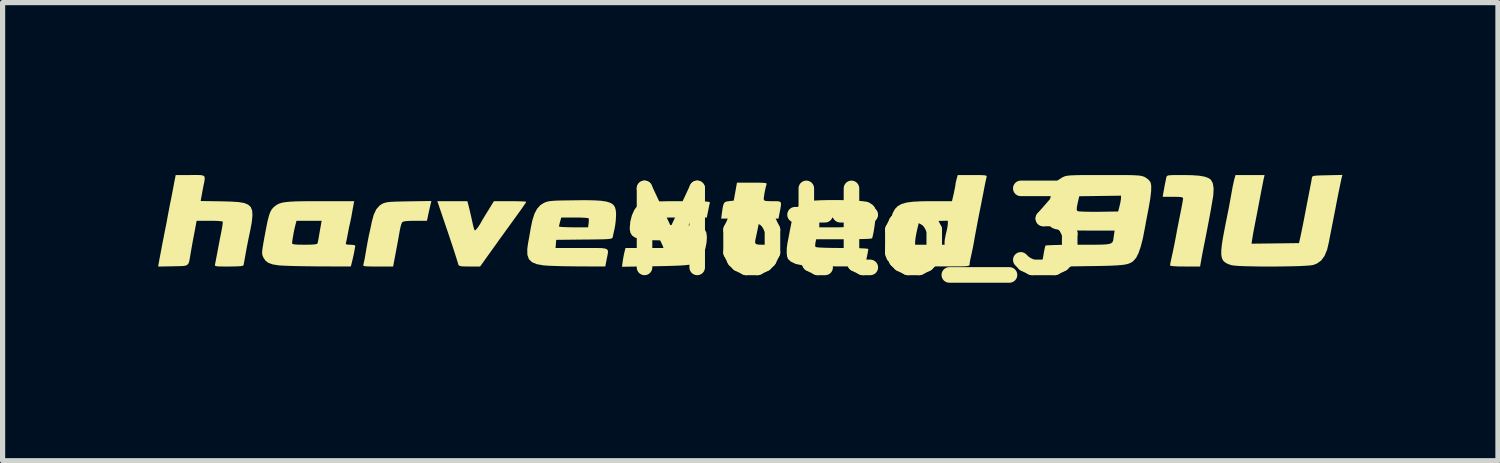
<source format=kicad_pcb>
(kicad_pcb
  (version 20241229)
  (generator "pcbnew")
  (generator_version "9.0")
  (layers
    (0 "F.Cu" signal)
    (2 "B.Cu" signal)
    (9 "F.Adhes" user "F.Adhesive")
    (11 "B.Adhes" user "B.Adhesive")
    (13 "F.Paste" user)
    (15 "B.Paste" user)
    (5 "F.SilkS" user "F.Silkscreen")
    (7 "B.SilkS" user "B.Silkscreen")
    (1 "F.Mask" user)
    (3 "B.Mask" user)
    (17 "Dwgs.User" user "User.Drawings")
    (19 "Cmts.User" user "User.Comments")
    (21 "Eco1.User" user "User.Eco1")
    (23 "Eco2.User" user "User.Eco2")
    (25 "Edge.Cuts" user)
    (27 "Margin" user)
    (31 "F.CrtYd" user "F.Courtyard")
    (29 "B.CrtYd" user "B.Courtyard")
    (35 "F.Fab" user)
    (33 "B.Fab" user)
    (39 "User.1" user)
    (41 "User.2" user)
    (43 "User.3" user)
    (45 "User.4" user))
  (footprint "Motto_3"
    (layer "F.Cu")
    (at 13.445 1.418)
    (property "Reference" "Motto_3" (at 0 0 0) (layer "F.SilkS") (effects (font (size 1.524 1.524) (thickness 0.3))))
    (attr board_only exclude_from_pos_files exclude_from_bom)
    (fp_poly (pts (xy -7.46 -0.509) (xy -7.446 -0.453) (xy -7.43 -0.386) (xy -7.41 -0.299) (xy -7.384 -0.183) (xy -7.373 -0.131) (xy -7.357 -0.07) (xy -7.343 -0.031) (xy -7.335 -0.022) (xy -7.314 -0.039) (xy -7.28 -0.08) (xy -7.243 -0.134) (xy -7.22 -0.174) (xy -7.199 -0.212) (xy -7.162 -0.274) (xy -7.114 -0.353) (xy -7.082 -0.404) (xy -6.969 -0.588) (xy -6.657 -0.588) (xy -6.548 -0.587) (xy -6.455 -0.585) (xy -6.387 -0.582) (xy -6.349 -0.578) (xy -6.345 -0.576) (xy -6.356 -0.555) (xy -6.389 -0.507) (xy -6.437 -0.437) (xy -6.498 -0.353) (xy -6.53 -0.308) (xy -6.688 -0.09) (xy -6.845 0.127) (xy -6.991 0.331) (xy -7.121 0.512) (xy -7.126 0.52) (xy -7.235 0.672) (xy -7.439 0.672) (xy -7.534 0.671) (xy -7.596 0.668) (xy -7.631 0.66) (xy -7.649 0.646) (xy -7.654 0.636) (xy -7.687 0.528) (xy -7.72 0.424) (xy -7.755 0.315) (xy -7.796 0.193) (xy -7.844 0.048) (xy -7.904 -0.128) (xy -7.905 -0.131) (xy -8.06 -0.588) (xy -7.481 -0.588)) (stroke (width 0) (type solid)) (fill yes) (layer "F.SilkS"))
    (fp_poly (pts (xy -8.192 -0.521) (xy -8.206 -0.461) (xy -8.224 -0.381) (xy -8.235 -0.331) (xy -8.26 -0.21) (xy -8.487 -0.21) (xy -8.598 -0.208) (xy -8.673 -0.203) (xy -8.718 -0.193) (xy -8.738 -0.181) (xy -8.755 -0.145) (xy -8.772 -0.083) (xy -8.783 -0.028) (xy -8.799 0.059) (xy -8.814 0.146) (xy -8.832 0.243) (xy -8.854 0.361) (xy -8.876 0.478) (xy -8.913 0.672) (xy -9.206 0.672) (xy -9.322 0.672) (xy -9.402 0.67) (xy -9.452 0.667) (xy -9.479 0.66) (xy -9.489 0.65) (xy -9.487 0.635) (xy -9.486 0.632) (xy -9.476 0.59) (xy -9.462 0.523) (xy -9.453 0.475) (xy -9.431 0.345) (xy -9.414 0.248) (xy -9.401 0.176) (xy -9.39 0.122) (xy -9.381 0.075) (xy -9.373 0.042) (xy -9.357 -0.032) (xy -9.337 -0.124) (xy -9.325 -0.185) (xy -9.287 -0.327) (xy -9.237 -0.432) (xy -9.172 -0.505) (xy -9.128 -0.534) (xy -9.096 -0.549) (xy -9.06 -0.56) (xy -9.015 -0.569) (xy -8.953 -0.575) (xy -8.869 -0.579) (xy -8.755 -0.582) (xy -8.61 -0.585) (xy -8.175 -0.591)) (stroke (width 0) (type solid)) (fill yes) (layer "F.SilkS"))
    (fp_poly (pts (xy 6.496 -1.089) (xy 6.634 -1.079) (xy 6.738 -1.061) (xy 6.813 -1.034) (xy 6.859 -1.002) (xy 6.895 -0.937) (xy 6.912 -0.84) (xy 6.907 -0.714) (xy 6.898 -0.652) (xy 6.858 -0.417) (xy 6.816 -0.191) (xy 6.77 0.047) (xy 6.748 0.158) (xy 6.726 0.269) (xy 6.703 0.385) (xy 6.684 0.487) (xy 6.678 0.52) (xy 6.651 0.672) (xy 6.361 0.672) (xy 6.232 0.671) (xy 6.14 0.666) (xy 6.086 0.659) (xy 6.072 0.65) (xy 6.076 0.62) (xy 6.088 0.561) (xy 6.104 0.488) (xy 6.134 0.35) (xy 6.161 0.218) (xy 6.189 0.069) (xy 6.196 0.032) (xy 6.209 -0.04) (xy 6.229 -0.14) (xy 6.251 -0.252) (xy 6.271 -0.352) (xy 6.291 -0.453) (xy 6.308 -0.541) (xy 6.319 -0.606) (xy 6.324 -0.64) (xy 6.324 -0.641) (xy 6.316 -0.656) (xy 6.289 -0.666) (xy 6.236 -0.671) (xy 6.149 -0.672) (xy 6.127 -0.672) (xy 5.93 -0.672) (xy 5.939 -0.73) (xy 5.951 -0.796) (xy 5.969 -0.894) (xy 5.993 -1.013) (xy 6 -1.045) (xy 6.005 -1.063) (xy 6.016 -1.076) (xy 6.04 -1.085) (xy 6.082 -1.089) (xy 6.15 -1.092) (xy 6.25 -1.092) (xy 6.321 -1.092)) (stroke (width 0) (type solid)) (fill yes) (layer "F.SilkS"))
    (fp_poly (pts (xy -1.873 -0.945) (xy -1.794 -0.943) (xy -1.743 -0.94) (xy -1.717 -0.933) (xy -1.709 -0.923) (xy -1.711 -0.909) (xy -1.726 -0.859) (xy -1.742 -0.786) (xy -1.756 -0.709) (xy -1.764 -0.646) (xy -1.765 -0.627) (xy -1.76 -0.608) (xy -1.742 -0.596) (xy -1.701 -0.59) (xy -1.63 -0.588) (xy -1.597 -0.588) (xy -1.513 -0.588) (xy -1.462 -0.582) (xy -1.436 -0.564) (xy -1.431 -0.524) (xy -1.441 -0.456) (xy -1.454 -0.388) (xy -1.48 -0.252) (xy -1.84 -0.252) (xy -1.867 -0.121) (xy -1.885 -0.034) (xy -1.903 0.052) (xy -1.913 0.099) (xy -1.928 0.168) (xy -1.931 0.212) (xy -1.916 0.237) (xy -1.877 0.249) (xy -1.807 0.252) (xy -1.732 0.252) (xy -1.531 0.252) (xy -1.545 0.352) (xy -1.56 0.437) (xy -1.579 0.529) (xy -1.586 0.557) (xy -1.612 0.662) (xy -1.841 0.665) (xy -1.953 0.664) (xy -2.068 0.661) (xy -2.167 0.655) (xy -2.21 0.651) (xy -2.339 0.625) (xy -2.432 0.581) (xy -2.492 0.515) (xy -2.52 0.425) (xy -2.519 0.307) (xy -2.502 0.204) (xy -2.486 0.129) (xy -2.469 0.041) (xy -2.461 0) (xy -2.446 -0.079) (xy -2.432 -0.153) (xy -2.426 -0.184) (xy -2.42 -0.227) (xy -2.43 -0.247) (xy -2.467 -0.252) (xy -2.499 -0.252) (xy -2.586 -0.252) (xy -2.571 -0.362) (xy -2.557 -0.459) (xy -2.543 -0.521) (xy -2.525 -0.558) (xy -2.497 -0.577) (xy -2.454 -0.586) (xy -2.436 -0.588) (xy -2.343 -0.599) (xy -2.281 -0.945) (xy -1.989 -0.945)) (stroke (width 0) (type solid)) (fill yes) (layer "F.SilkS"))
    (fp_poly (pts (xy -3.201 -0.588) (xy -3.06 -0.587) (xy -2.954 -0.584) (xy -2.88 -0.581) (xy -2.832 -0.576) (xy -2.808 -0.569) (xy -2.803 -0.562) (xy -2.811 -0.529) (xy -2.824 -0.468) (xy -2.837 -0.404) (xy -2.863 -0.273) (xy -3.322 -0.273) (xy -3.472 -0.273) (xy -3.585 -0.272) (xy -3.668 -0.27) (xy -3.725 -0.267) (xy -3.762 -0.261) (xy -3.784 -0.253) (xy -3.796 -0.241) (xy -3.804 -0.229) (xy -3.82 -0.194) (xy -3.822 -0.168) (xy -3.806 -0.149) (xy -3.767 -0.137) (xy -3.7 -0.13) (xy -3.6 -0.127) (xy -3.464 -0.126) (xy -3.451 -0.126) (xy -3.289 -0.124) (xy -3.162 -0.119) (xy -3.067 -0.109) (xy -2.996 -0.094) (xy -2.944 -0.073) (xy -2.905 -0.044) (xy -2.899 -0.037) (xy -2.871 0.02) (xy -2.861 0.103) (xy -2.867 0.203) (xy -2.887 0.31) (xy -2.918 0.412) (xy -2.96 0.499) (xy -3.007 0.56) (xy -3.039 0.585) (xy -3.075 0.606) (xy -3.122 0.622) (xy -3.182 0.635) (xy -3.262 0.645) (xy -3.365 0.653) (xy -3.496 0.658) (xy -3.661 0.663) (xy -3.862 0.667) (xy -4.499 0.677) (xy -4.485 0.575) (xy -4.472 0.494) (xy -4.456 0.415) (xy -4.451 0.394) (xy -4.431 0.315) (xy -3.429 0.315) (xy -3.416 0.262) (xy -3.41 0.214) (xy -3.415 0.188) (xy -3.439 0.181) (xy -3.499 0.175) (xy -3.586 0.171) (xy -3.693 0.168) (xy -3.742 0.168) (xy -3.922 0.165) (xy -4.064 0.156) (xy -4.172 0.139) (xy -4.251 0.112) (xy -4.304 0.074) (xy -4.335 0.024) (xy -4.348 -0.041) (xy -4.349 -0.073) (xy -4.338 -0.196) (xy -4.307 -0.316) (xy -4.261 -0.418) (xy -4.231 -0.461) (xy -4.198 -0.495) (xy -4.161 -0.523) (xy -4.113 -0.544) (xy -4.051 -0.561) (xy -3.97 -0.573) (xy -3.865 -0.581) (xy -3.732 -0.585) (xy -3.566 -0.588) (xy -3.379 -0.588)) (stroke (width 0) (type solid)) (fill yes) (layer "F.SilkS"))
    (fp_poly (pts (xy -9.673 -0.541) (xy -9.681 -0.496) (xy -9.694 -0.426) (xy -9.706 -0.357) (xy -9.721 -0.273) (xy -9.738 -0.193) (xy -9.748 -0.147) (xy -9.762 -0.086) (xy -9.778 -0.004) (xy -9.79 0.059) (xy -9.804 0.133) (xy -9.817 0.193) (xy -9.825 0.222) (xy -9.823 0.241) (xy -9.793 0.25) (xy -9.74 0.252) (xy -9.683 0.256) (xy -9.648 0.265) (xy -9.643 0.272) (xy -9.648 0.305) (xy -9.659 0.367) (xy -9.674 0.444) (xy -9.692 0.524) (xy -9.708 0.592) (xy -9.709 0.594) (xy -9.729 0.672) (xy -10.353 0.67) (xy -10.519 0.668) (xy -10.678 0.666) (xy -10.823 0.663) (xy -10.949 0.659) (xy -11.046 0.655) (xy -11.11 0.651) (xy -11.118 0.65) (xy -11.233 0.632) (xy -11.315 0.604) (xy -11.372 0.563) (xy -11.412 0.505) (xy -11.414 0.501) (xy -11.426 0.474) (xy -11.435 0.448) (xy -11.439 0.417) (xy -11.438 0.376) (xy -11.431 0.318) (xy -11.418 0.238) (xy -11.416 0.226) (xy -10.862 0.226) (xy -10.85 0.238) (xy -10.811 0.246) (xy -10.74 0.251) (xy -10.632 0.252) (xy -10.619 0.252) (xy -10.505 0.251) (xy -10.428 0.246) (xy -10.385 0.237) (xy -10.37 0.226) (xy -10.363 0.193) (xy -10.351 0.132) (xy -10.338 0.055) (xy -10.338 0.053) (xy -10.323 -0.031) (xy -10.31 -0.105) (xy -10.302 -0.152) (xy -10.291 -0.21) (xy -10.776 -0.21) (xy -10.799 -0.123) (xy -10.815 -0.056) (xy -10.832 0.027) (xy -10.847 0.111) (xy -10.858 0.183) (xy -10.862 0.226) (xy -11.416 0.226) (xy -11.399 0.129) (xy -11.372 -0.014) (xy -11.365 -0.053) (xy -11.337 -0.192) (xy -11.311 -0.296) (xy -11.285 -0.373) (xy -11.255 -0.429) (xy -11.218 -0.471) (xy -11.182 -0.5) (xy -11.146 -0.524) (xy -11.105 -0.543) (xy -11.056 -0.558) (xy -10.994 -0.569) (xy -10.914 -0.577) (xy -10.811 -0.583) (xy -10.68 -0.586) (xy -10.517 -0.588) (xy -10.318 -0.588) (xy -10.31 -0.588) (xy -9.663 -0.588)) (stroke (width 0) (type solid)) (fill yes) (layer "F.SilkS"))
    (fp_poly (pts (xy -5.04 -0.604) (xy -4.906 -0.596) (xy -4.803 -0.581) (xy -4.727 -0.558) (xy -4.673 -0.526) (xy -4.639 -0.482) (xy -4.621 -0.427) (xy -4.613 -0.358) (xy -4.613 -0.318) (xy -4.618 -0.222) (xy -4.63 -0.122) (xy -4.641 -0.063) (xy -4.657 0.01) (xy -4.671 0.073) (xy -4.676 0.099) (xy -4.68 0.114) (xy -4.688 0.125) (xy -4.704 0.133) (xy -4.735 0.139) (xy -4.785 0.144) (xy -4.858 0.147) (xy -4.959 0.149) (xy -5.094 0.151) (xy -5.226 0.152) (xy -5.767 0.158) (xy -5.774 0.236) (xy -5.78 0.315) (xy -5.275 0.315) (xy -5.112 0.315) (xy -4.987 0.315) (xy -4.895 0.317) (xy -4.832 0.324) (xy -4.792 0.338) (xy -4.773 0.36) (xy -4.768 0.393) (xy -4.775 0.439) (xy -4.787 0.499) (xy -4.795 0.536) (xy -4.821 0.672) (xy -5.346 0.67) (xy -5.5 0.668) (xy -5.648 0.666) (xy -5.783 0.662) (xy -5.896 0.658) (xy -5.98 0.653) (xy -6.014 0.65) (xy -6.142 0.627) (xy -6.234 0.589) (xy -6.294 0.531) (xy -6.323 0.449) (xy -6.326 0.339) (xy -6.311 0.228) (xy -6.293 0.13) (xy -6.276 0.032) (xy -6.262 -0.047) (xy -6.261 -0.056) (xy -6.252 -0.1) (xy -5.714 -0.1) (xy -5.695 -0.094) (xy -5.641 -0.089) (xy -5.56 -0.086) (xy -5.46 -0.084) (xy -5.433 -0.084) (xy -5.152 -0.084) (xy -5.142 -0.163) (xy -5.138 -0.218) (xy -5.14 -0.254) (xy -5.141 -0.257) (xy -5.164 -0.263) (xy -5.221 -0.268) (xy -5.303 -0.272) (xy -5.402 -0.273) (xy -5.41 -0.273) (xy -5.67 -0.273) (xy -5.692 -0.194) (xy -5.706 -0.14) (xy -5.714 -0.104) (xy -5.714 -0.1) (xy -6.252 -0.1) (xy -6.227 -0.22) (xy -6.186 -0.347) (xy -6.135 -0.443) (xy -6.072 -0.512) (xy -6.009 -0.552) (xy -5.976 -0.567) (xy -5.943 -0.578) (xy -5.902 -0.587) (xy -5.848 -0.593) (xy -5.775 -0.598) (xy -5.677 -0.601) (xy -5.547 -0.603) (xy -5.415 -0.605) (xy -5.208 -0.607)) (stroke (width 0) (type solid)) (fill yes) (layer "F.SilkS"))
    (fp_poly (pts (xy 2.375 -1.092) (xy 2.453 -1.09) (xy 2.502 -1.086) (xy 2.527 -1.079) (xy 2.536 -1.068) (xy 2.534 -1.056) (xy 2.525 -1.018) (xy 2.511 -0.953) (xy 2.494 -0.871) (xy 2.49 -0.851) (xy 2.47 -0.743) (xy 2.446 -0.624) (xy 2.427 -0.525) (xy 2.394 -0.361) (xy 2.361 -0.192) (xy 2.331 -0.031) (xy 2.304 0.112) (xy 2.289 0.2) (xy 2.271 0.297) (xy 2.25 0.398) (xy 2.235 0.465) (xy 2.219 0.538) (xy 2.208 0.601) (xy 2.206 0.628) (xy 2.205 0.641) (xy 2.199 0.651) (xy 2.184 0.659) (xy 2.155 0.664) (xy 2.108 0.668) (xy 2.038 0.67) (xy 1.939 0.67) (xy 1.809 0.67) (xy 1.642 0.67) (xy 1.612 0.67) (xy 1.45 0.668) (xy 1.295 0.666) (xy 1.153 0.663) (xy 1.032 0.659) (xy 0.938 0.655) (xy 0.88 0.651) (xy 0.879 0.65) (xy 0.757 0.629) (xy 0.671 0.596) (xy 0.617 0.547) (xy 0.588 0.475) (xy 0.58 0.377) (xy 0.581 0.367) (xy 0.586 0.276) (xy 0.589 0.252) (xy 1.155 0.252) (xy 1.723 0.252) (xy 1.723 0.194) (xy 1.729 0.141) (xy 1.743 0.068) (xy 1.754 0.021) (xy 1.772 -0.055) (xy 1.783 -0.123) (xy 1.786 -0.153) (xy 1.786 -0.211) (xy 1.509 -0.205) (xy 1.233 -0.2) (xy 1.195 -0.042) (xy 1.176 0.045) (xy 1.163 0.124) (xy 1.156 0.181) (xy 1.156 0.184) (xy 1.155 0.252) (xy 0.589 0.252) (xy 0.598 0.183) (xy 0.607 0.133) (xy 0.623 0.061) (xy 0.643 -0.033) (xy 0.662 -0.129) (xy 0.663 -0.134) (xy 0.69 -0.257) (xy 0.722 -0.357) (xy 0.764 -0.434) (xy 0.819 -0.492) (xy 0.894 -0.534) (xy 0.992 -0.562) (xy 1.118 -0.578) (xy 1.277 -0.586) (xy 1.462 -0.588) (xy 1.866 -0.588) (xy 1.9 -0.734) (xy 1.916 -0.811) (xy 1.928 -0.872) (xy 1.933 -0.907) (xy 1.933 -0.908) (xy 1.938 -0.945) (xy 1.952 -1.001) (xy 1.955 -1.014) (xy 1.977 -1.092) (xy 2.261 -1.092)) (stroke (width 0) (type solid)) (fill yes) (layer "F.SilkS"))
    (fp_poly (pts (xy 9.383 -1.046) (xy 9.373 -1.001) (xy 9.357 -0.926) (xy 9.337 -0.829) (xy 9.315 -0.722) (xy 9.294 -0.615) (xy 9.275 -0.517) (xy 9.265 -0.462) (xy 9.251 -0.391) (xy 9.232 -0.294) (xy 9.211 -0.186) (xy 9.199 -0.126) (xy 9.179 -0.023) (xy 9.159 0.075) (xy 9.144 0.155) (xy 9.138 0.189) (xy 9.102 0.346) (xy 9.052 0.467) (xy 8.987 0.556) (xy 8.903 0.616) (xy 8.837 0.641) (xy 8.786 0.65) (xy 8.701 0.657) (xy 8.586 0.663) (xy 8.45 0.667) (xy 8.297 0.67) (xy 8.134 0.672) (xy 7.968 0.673) (xy 7.805 0.672) (xy 7.65 0.669) (xy 7.512 0.666) (xy 7.395 0.661) (xy 7.307 0.654) (xy 7.253 0.646) (xy 7.247 0.644) (xy 7.183 0.621) (xy 7.133 0.593) (xy 7.096 0.558) (xy 7.072 0.51) (xy 7.06 0.446) (xy 7.06 0.361) (xy 7.071 0.251) (xy 7.093 0.111) (xy 7.126 -0.062) (xy 7.153 -0.2) (xy 7.182 -0.344) (xy 7.206 -0.463) (xy 7.226 -0.572) (xy 7.247 -0.688) (xy 7.268 -0.806) (xy 7.284 -0.891) (xy 7.303 -0.975) (xy 7.31 -1.006) (xy 7.334 -1.092) (xy 7.895 -1.092) (xy 7.877 -1.014) (xy 7.867 -0.964) (xy 7.851 -0.883) (xy 7.831 -0.782) (xy 7.81 -0.67) (xy 7.806 -0.651) (xy 7.778 -0.502) (xy 7.755 -0.381) (xy 7.734 -0.274) (xy 7.713 -0.167) (xy 7.691 -0.053) (xy 7.675 0.032) (xy 7.661 0.117) (xy 7.657 0.142) (xy 7.643 0.232) (xy 8.559 0.221) (xy 8.585 0.105) (xy 8.601 0.03) (xy 8.617 -0.049) (xy 8.636 -0.141) (xy 8.658 -0.253) (xy 8.685 -0.394) (xy 8.708 -0.515) (xy 8.73 -0.628) (xy 8.751 -0.736) (xy 8.769 -0.828) (xy 8.781 -0.891) (xy 8.782 -0.893) (xy 8.795 -0.963) (xy 8.805 -1.021) (xy 8.808 -1.04) (xy 8.813 -1.057) (xy 8.827 -1.069) (xy 8.856 -1.077) (xy 8.907 -1.082) (xy 8.986 -1.085) (xy 9.101 -1.088) (xy 9.105 -1.088) (xy 9.396 -1.094)) (stroke (width 0) (type solid)) (fill yes) (layer "F.SilkS"))
    (fp_poly (pts (xy -12.626 -1.091) (xy -12.576 -1.082) (xy -12.551 -1.061) (xy -12.546 -1.023) (xy -12.554 -0.964) (xy -12.572 -0.879) (xy -12.572 -0.876) (xy -12.589 -0.791) (xy -12.603 -0.712) (xy -12.613 -0.658) (xy -12.625 -0.591) (xy -12.221 -0.585) (xy -12.041 -0.58) (xy -11.897 -0.571) (xy -11.787 -0.553) (xy -11.709 -0.521) (xy -11.657 -0.473) (xy -11.631 -0.403) (xy -11.626 -0.308) (xy -11.639 -0.183) (xy -11.668 -0.025) (xy -11.698 0.116) (xy -11.72 0.225) (xy -11.743 0.343) (xy -11.761 0.446) (xy -11.764 0.462) (xy -11.778 0.542) (xy -11.79 0.606) (xy -11.797 0.644) (xy -11.798 0.646) (xy -11.814 0.658) (xy -11.858 0.666) (xy -11.933 0.67) (xy -12.045 0.672) (xy -12.082 0.672) (xy -12.194 0.672) (xy -12.27 0.671) (xy -12.317 0.667) (xy -12.342 0.66) (xy -12.35 0.648) (xy -12.348 0.631) (xy -12.347 0.625) (xy -12.338 0.584) (xy -12.325 0.513) (xy -12.308 0.427) (xy -12.301 0.389) (xy -12.279 0.272) (xy -12.254 0.141) (xy -12.23 0.021) (xy -12.228 0.011) (xy -12.212 -0.074) (xy -12.202 -0.143) (xy -12.198 -0.186) (xy -12.199 -0.194) (xy -12.223 -0.2) (xy -12.28 -0.206) (xy -12.361 -0.209) (xy -12.456 -0.21) (xy -12.703 -0.21) (xy -12.729 -0.068) (xy -12.746 0.022) (xy -12.763 0.112) (xy -12.774 0.168) (xy -12.787 0.24) (xy -12.803 0.331) (xy -12.817 0.41) (xy -12.833 0.508) (xy -12.846 0.577) (xy -12.865 0.622) (xy -12.895 0.648) (xy -12.945 0.661) (xy -13.02 0.665) (xy -13.129 0.667) (xy -13.158 0.668) (xy -13.445 0.673) (xy -13.433 0.605) (xy -13.422 0.544) (xy -13.405 0.453) (xy -13.384 0.343) (xy -13.362 0.225) (xy -13.339 0.111) (xy -13.32 0.01) (xy -13.305 -0.065) (xy -13.301 -0.084) (xy -13.286 -0.158) (xy -13.269 -0.249) (xy -13.257 -0.315) (xy -13.238 -0.416) (xy -13.217 -0.526) (xy -13.204 -0.588) (xy -13.185 -0.683) (xy -13.166 -0.783) (xy -13.155 -0.84) (xy -13.14 -0.92) (xy -13.126 -0.994) (xy -13.12 -1.024) (xy -13.106 -1.092) (xy -12.824 -1.092) (xy -12.707 -1.093)) (stroke (width 0) (type solid)) (fill yes) (layer "F.SilkS"))
    (fp_poly (pts (xy -0.233 -0.608) (xy -0.093 -0.604) (xy 0.034 -0.597) (xy 0.14 -0.588) (xy 0.219 -0.577) (xy 0.263 -0.564) (xy 0.333 -0.519) (xy 0.375 -0.472) (xy 0.393 -0.411) (xy 0.395 -0.323) (xy 0.394 -0.301) (xy 0.386 -0.216) (xy 0.374 -0.121) (xy 0.36 -0.027) (xy 0.345 0.054) (xy 0.331 0.111) (xy 0.323 0.13) (xy 0.3 0.134) (xy 0.241 0.139) (xy 0.151 0.142) (xy 0.036 0.145) (xy -0.097 0.147) (xy -0.22 0.147) (xy -0.753 0.147) (xy -0.767 0.21) (xy -0.773 0.261) (xy -0.767 0.294) (xy -0.741 0.301) (xy -0.676 0.307) (xy -0.573 0.311) (xy -0.433 0.314) (xy -0.261 0.315) (xy -0.251 0.315) (xy -0.099 0.316) (xy 0.031 0.318) (xy 0.136 0.322) (xy 0.209 0.326) (xy 0.248 0.332) (xy 0.252 0.335) (xy 0.248 0.365) (xy 0.238 0.421) (xy 0.229 0.466) (xy 0.214 0.539) (xy 0.202 0.601) (xy 0.197 0.625) (xy 0.188 0.672) (xy -0.342 0.67) (xy -0.496 0.668) (xy -0.645 0.666) (xy -0.78 0.662) (xy -0.894 0.658) (xy -0.979 0.653) (xy -1.015 0.65) (xy -1.147 0.623) (xy -1.243 0.577) (xy -1.297 0.527) (xy -1.314 0.48) (xy -1.322 0.406) (xy -1.32 0.316) (xy -1.308 0.223) (xy -1.304 0.204) (xy -1.29 0.134) (xy -1.273 0.045) (xy -1.261 -0.021) (xy -1.248 -0.084) (xy -0.693 -0.084) (xy -0.423 -0.084) (xy -0.312 -0.084) (xy -0.236 -0.086) (xy -0.188 -0.09) (xy -0.16 -0.098) (xy -0.147 -0.111) (xy -0.139 -0.131) (xy -0.139 -0.131) (xy -0.129 -0.192) (xy -0.126 -0.226) (xy -0.128 -0.246) (xy -0.137 -0.259) (xy -0.16 -0.267) (xy -0.206 -0.271) (xy -0.279 -0.273) (xy -0.384 -0.273) (xy -0.504 -0.272) (xy -0.589 -0.267) (xy -0.643 -0.256) (xy -0.675 -0.236) (xy -0.69 -0.204) (xy -0.693 -0.16) (xy -0.693 -0.153) (xy -0.693 -0.084) (xy -1.248 -0.084) (xy -1.227 -0.19) (xy -1.189 -0.321) (xy -1.143 -0.421) (xy -1.088 -0.494) (xy -1.019 -0.545) (xy -0.934 -0.579) (xy -0.933 -0.579) (xy -0.87 -0.591) (xy -0.775 -0.6) (xy -0.657 -0.606) (xy -0.522 -0.609) (xy -0.378 -0.61)) (stroke (width 0) (type solid)) (fill yes) (layer "F.SilkS"))
    (fp_poly (pts (xy 4.988 -1.092) (xy 5.143 -1.092) (xy 5.265 -1.091) (xy 5.36 -1.089) (xy 5.431 -1.085) (xy 5.484 -1.081) (xy 5.523 -1.074) (xy 5.552 -1.066) (xy 5.578 -1.056) (xy 5.59 -1.05) (xy 5.652 -1.007) (xy 5.693 -0.958) (xy 5.696 -0.95) (xy 5.709 -0.883) (xy 5.707 -0.781) (xy 5.691 -0.642) (xy 5.661 -0.465) (xy 5.654 -0.431) (xy 5.633 -0.321) (xy 5.611 -0.206) (xy 5.593 -0.106) (xy 5.587 -0.074) (xy 5.548 0.128) (xy 5.506 0.291) (xy 5.463 0.416) (xy 5.416 0.507) (xy 5.365 0.565) (xy 5.363 0.568) (xy 5.332 0.589) (xy 5.299 0.607) (xy 5.258 0.622) (xy 5.206 0.634) (xy 5.139 0.643) (xy 5.051 0.65) (xy 4.939 0.656) (xy 4.799 0.66) (xy 4.626 0.663) (xy 4.416 0.666) (xy 4.372 0.667) (xy 3.586 0.677) (xy 3.601 0.606) (xy 3.613 0.545) (xy 3.628 0.465) (xy 3.637 0.411) (xy 3.65 0.342) (xy 3.662 0.29) (xy 3.668 0.269) (xy 3.691 0.265) (xy 3.751 0.261) (xy 3.842 0.258) (xy 3.96 0.255) (xy 4.098 0.253) (xy 4.252 0.252) (xy 4.307 0.252) (xy 4.491 0.252) (xy 4.636 0.252) (xy 4.749 0.25) (xy 4.833 0.246) (xy 4.893 0.238) (xy 4.933 0.225) (xy 4.958 0.206) (xy 4.972 0.18) (xy 4.979 0.145) (xy 4.985 0.101) (xy 4.988 0.079) (xy 5.003 -0.021) (xy 4.469 -0.021) (xy 4.282 -0.022) (xy 4.132 -0.024) (xy 4.014 -0.029) (xy 3.924 -0.037) (xy 3.857 -0.05) (xy 3.808 -0.068) (xy 3.772 -0.092) (xy 3.745 -0.124) (xy 3.722 -0.162) (xy 3.701 -0.231) (xy 3.701 -0.327) (xy 3.718 -0.429) (xy 4.272 -0.429) (xy 4.279 -0.405) (xy 4.289 -0.396) (xy 4.318 -0.391) (xy 4.382 -0.387) (xy 4.474 -0.384) (xy 4.585 -0.383) (xy 4.694 -0.383) (xy 5.071 -0.389) (xy 5.098 -0.494) (xy 5.114 -0.565) (xy 5.124 -0.626) (xy 5.126 -0.646) (xy 5.126 -0.694) (xy 4.32 -0.683) (xy 4.29 -0.549) (xy 4.275 -0.474) (xy 4.272 -0.429) (xy 3.718 -0.429) (xy 3.719 -0.434) (xy 3.733 -0.507) (xy 3.753 -0.6) (xy 3.773 -0.696) (xy 3.773 -0.699) (xy 3.807 -0.827) (xy 3.851 -0.922) (xy 3.91 -0.992) (xy 3.989 -1.044) (xy 3.991 -1.045) (xy 4.018 -1.058) (xy 4.044 -1.068) (xy 4.075 -1.076) (xy 4.117 -1.082) (xy 4.172 -1.086) (xy 4.246 -1.089) (xy 4.345 -1.091) (xy 4.472 -1.092) (xy 4.632 -1.092) (xy 4.795 -1.092)) (stroke (width 0) (type solid)) (fill yes) (layer "F.SilkS")))
  (gr_rect
    (start -3 -3)
    (end 25.841 5.836)
    (stroke (width 0.1) (type default))
    (fill no)
    (layer "Edge.Cuts")))
</source>
